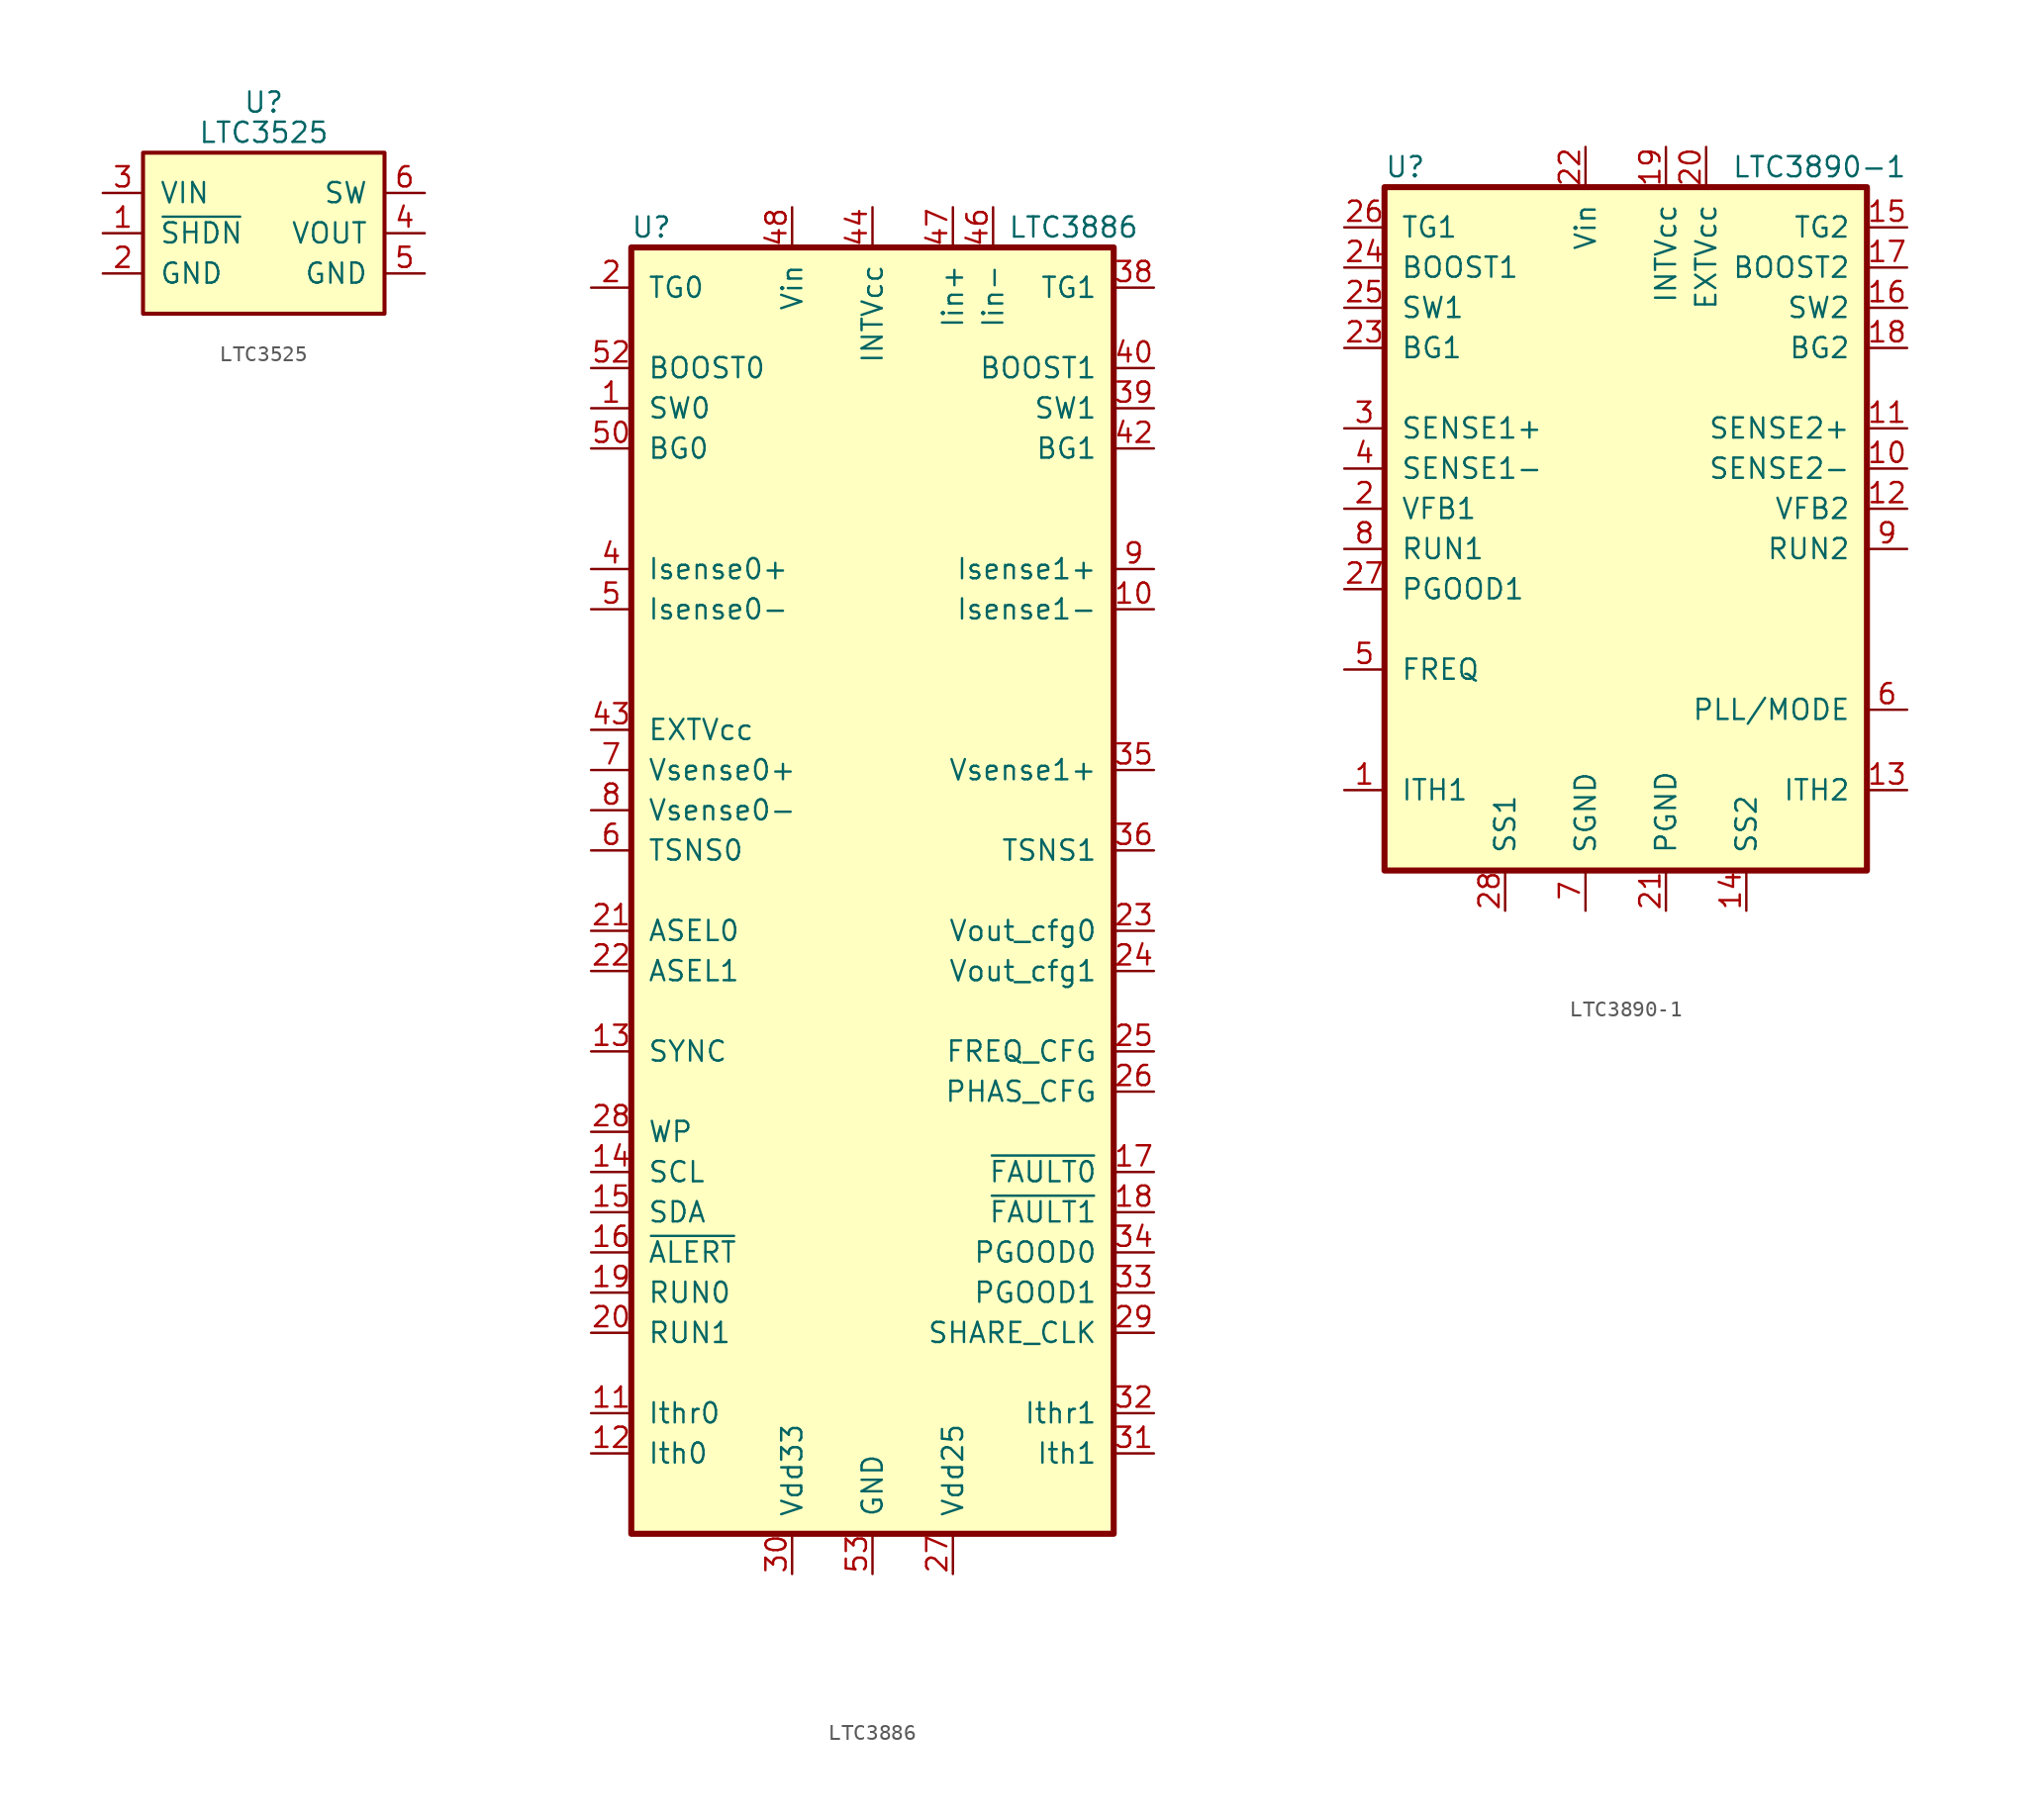
<source format=kicad_sym>
(kicad_symbol_lib
  (version 20211014)
  (generator kicad_symbol_editor)
  (symbol "LTC3525"
    (pin_names
      (offset 1.016))
    (property "Reference" "U"
      (at 0 8.255 0)
      (effects (font (size 1.27 1.27))))
    (property "Value" "LTC3525"
      (at 0 6.35 0)
      (effects (font (size 1.27 1.27))))
    (symbol "LTC3525_0_1"
      (rectangle (start -7.62 5.08) (end 7.62 -5.08) (stroke (width 0.254) (type default) (color 0 0 0 0)) (fill (type background))))
    (symbol "LTC3525_1_1"
      (pin input line (at -10.16 0 0) (length 2.54) (name "~{SHDN}" (effects (font (size 1.27 1.27)))) (number "1" (effects (font (size 1.27 1.27)))))
      (pin power_in line (at -10.16 -2.54 0) (length 2.54) (name "GND" (effects (font (size 1.27 1.27)))) (number "2" (effects (font (size 1.27 1.27)))))
      (pin power_in line (at -10.16 2.54 0) (length 2.54) (name "VIN" (effects (font (size 1.27 1.27)))) (number "3" (effects (font (size 1.27 1.27)))))
      (pin power_out line (at 10.16 0 180) (length 2.54) (name "VOUT" (effects (font (size 1.27 1.27)))) (number "4" (effects (font (size 1.27 1.27)))))
      (pin power_in line (at 10.16 -2.54 180) (length 2.54) (name "GND" (effects (font (size 1.27 1.27)))) (number "5" (effects (font (size 1.27 1.27)))))
      (pin input line (at 10.16 2.54 180) (length 2.54) (name "SW" (effects (font (size 1.27 1.27)))) (number "6" (effects (font (size 1.27 1.27)))))))
  (symbol "LTC3886"
    (pin_names
      (offset 1.016))
    (property "Reference" "U"
      (at -13.97 3.81 0)
      (effects (font (size 1.27 1.27))))
    (property "Value" "LTC3886"
      (at 12.7 3.81 0)
      (effects (font (size 1.27 1.27))))
    (symbol "LTC3886_0_1"
      (rectangle (start -15.24 2.54) (end 15.24 -78.74) (stroke (width 0.381) (type default) (color 0 0 0 0)) (fill (type background))))
    (symbol "LTC3886_1_1"
      (pin output line (at -17.78 -7.62 0) (length 2.54) (name "SW0" (effects (font (size 1.27 1.27)))) (number "1" (effects (font (size 1.27 1.27)))))
      (pin input line (at 17.78 -20.32 180) (length 2.54) (name "Isense1-" (effects (font (size 1.27 1.27)))) (number "10" (effects (font (size 1.27 1.27)))))
      (pin input line (at -17.78 -71.12 0) (length 2.54) (name "Ithr0" (effects (font (size 1.27 1.27)))) (number "11" (effects (font (size 1.27 1.27)))))
      (pin input line (at -17.78 -73.66 0) (length 2.54) (name "Ith0" (effects (font (size 1.27 1.27)))) (number "12" (effects (font (size 1.27 1.27)))))
      (pin input line (at -17.78 -48.26 0) (length 2.54) (name "SYNC" (effects (font (size 1.27 1.27)))) (number "13" (effects (font (size 1.27 1.27)))))
      (pin input line (at -17.78 -55.88 0) (length 2.54) (name "SCL" (effects (font (size 1.27 1.27)))) (number "14" (effects (font (size 1.27 1.27)))))
      (pin bidirectional line (at -17.78 -58.42 0) (length 2.54) (name "SDA" (effects (font (size 1.27 1.27)))) (number "15" (effects (font (size 1.27 1.27)))))
      (pin output line (at -17.78 -60.96 0) (length 2.54) (name "~{ALERT}" (effects (font (size 1.27 1.27)))) (number "16" (effects (font (size 1.27 1.27)))))
      (pin output line (at 17.78 -55.88 180) (length 2.54) (name "~{FAULT0}" (effects (font (size 1.27 1.27)))) (number "17" (effects (font (size 1.27 1.27)))))
      (pin output line (at 17.78 -58.42 180) (length 2.54) (name "~{FAULT1}" (effects (font (size 1.27 1.27)))) (number "18" (effects (font (size 1.27 1.27)))))
      (pin input line (at -17.78 -63.5 0) (length 2.54) (name "RUN0" (effects (font (size 1.27 1.27)))) (number "19" (effects (font (size 1.27 1.27)))))
      (pin output line (at -17.78 0 0) (length 2.54) (name "TG0" (effects (font (size 1.27 1.27)))) (number "2" (effects (font (size 1.27 1.27)))))
      (pin input line (at -17.78 -66.04 0) (length 2.54) (name "RUN1" (effects (font (size 1.27 1.27)))) (number "20" (effects (font (size 1.27 1.27)))))
      (pin input line (at -17.78 -40.64 0) (length 2.54) (name "ASEL0" (effects (font (size 1.27 1.27)))) (number "21" (effects (font (size 1.27 1.27)))))
      (pin input line (at -17.78 -43.18 0) (length 2.54) (name "ASEL1" (effects (font (size 1.27 1.27)))) (number "22" (effects (font (size 1.27 1.27)))))
      (pin input line (at 17.78 -40.64 180) (length 2.54) (name "Vout_cfg0" (effects (font (size 1.27 1.27)))) (number "23" (effects (font (size 1.27 1.27)))))
      (pin input line (at 17.78 -43.18 180) (length 2.54) (name "Vout_cfg1" (effects (font (size 1.27 1.27)))) (number "24" (effects (font (size 1.27 1.27)))))
      (pin input line (at 17.78 -48.26 180) (length 2.54) (name "FREQ_CFG" (effects (font (size 1.27 1.27)))) (number "25" (effects (font (size 1.27 1.27)))))
      (pin input line (at 17.78 -50.8 180) (length 2.54) (name "PHAS_CFG" (effects (font (size 1.27 1.27)))) (number "26" (effects (font (size 1.27 1.27)))))
      (pin power_out line (at 5.08 -81.28 90) (length 2.54) (name "Vdd25" (effects (font (size 1.27 1.27)))) (number "27" (effects (font (size 1.27 1.27)))))
      (pin input line (at -17.78 -53.34 0) (length 2.54) (name "WP" (effects (font (size 1.27 1.27)))) (number "28" (effects (font (size 1.27 1.27)))))
      (pin input line (at 17.78 -66.04 180) (length 2.54) (name "SHARE_CLK" (effects (font (size 1.27 1.27)))) (number "29" (effects (font (size 1.27 1.27)))))
      (pin power_out line (at -5.08 -81.28 90) (length 2.54) (name "Vdd33" (effects (font (size 1.27 1.27)))) (number "30" (effects (font (size 1.27 1.27)))))
      (pin input line (at 17.78 -73.66 180) (length 2.54) (name "Ith1" (effects (font (size 1.27 1.27)))) (number "31" (effects (font (size 1.27 1.27)))))
      (pin input line (at 17.78 -71.12 180) (length 2.54) (name "Ithr1" (effects (font (size 1.27 1.27)))) (number "32" (effects (font (size 1.27 1.27)))))
      (pin output line (at 17.78 -63.5 180) (length 2.54) (name "PGOOD1" (effects (font (size 1.27 1.27)))) (number "33" (effects (font (size 1.27 1.27)))))
      (pin output line (at 17.78 -60.96 180) (length 2.54) (name "PGOOD0" (effects (font (size 1.27 1.27)))) (number "34" (effects (font (size 1.27 1.27)))))
      (pin input line (at 17.78 -30.48 180) (length 2.54) (name "Vsense1+" (effects (font (size 1.27 1.27)))) (number "35" (effects (font (size 1.27 1.27)))))
      (pin input line (at 17.78 -35.56 180) (length 2.54) (name "TSNS1" (effects (font (size 1.27 1.27)))) (number "36" (effects (font (size 1.27 1.27)))))
      (pin output line (at 17.78 0 180) (length 2.54) (name "TG1" (effects (font (size 1.27 1.27)))) (number "38" (effects (font (size 1.27 1.27)))))
      (pin output line (at 17.78 -7.62 180) (length 2.54) (name "SW1" (effects (font (size 1.27 1.27)))) (number "39" (effects (font (size 1.27 1.27)))))
      (pin input line (at -17.78 -17.78 0) (length 2.54) (name "Isense0+" (effects (font (size 1.27 1.27)))) (number "4" (effects (font (size 1.27 1.27)))))
      (pin output line (at 17.78 -5.08 180) (length 2.54) (name "BOOST1" (effects (font (size 1.27 1.27)))) (number "40" (effects (font (size 1.27 1.27)))))
      (pin output line (at 17.78 -10.16 180) (length 2.54) (name "BG1" (effects (font (size 1.27 1.27)))) (number "42" (effects (font (size 1.27 1.27)))))
      (pin power_in line (at -17.78 -27.94 0) (length 2.54) (name "EXTVcc" (effects (font (size 1.27 1.27)))) (number "43" (effects (font (size 1.27 1.27)))))
      (pin power_out line (at 0 5.08 270) (length 2.54) (name "INTVcc" (effects (font (size 1.27 1.27)))) (number "44" (effects (font (size 1.27 1.27)))))
      (pin input line (at 7.62 5.08 270) (length 2.54) (name "Iin-" (effects (font (size 1.27 1.27)))) (number "46" (effects (font (size 1.27 1.27)))))
      (pin input line (at 5.08 5.08 270) (length 2.54) (name "Iin+" (effects (font (size 1.27 1.27)))) (number "47" (effects (font (size 1.27 1.27)))))
      (pin power_in line (at -5.08 5.08 270) (length 2.54) (name "Vin" (effects (font (size 1.27 1.27)))) (number "48" (effects (font (size 1.27 1.27)))))
      (pin input line (at -17.78 -20.32 0) (length 2.54) (name "Isense0-" (effects (font (size 1.27 1.27)))) (number "5" (effects (font (size 1.27 1.27)))))
      (pin output line (at -17.78 -10.16 0) (length 2.54) (name "BG0" (effects (font (size 1.27 1.27)))) (number "50" (effects (font (size 1.27 1.27)))))
      (pin output line (at -17.78 -5.08 0) (length 2.54) (name "BOOST0" (effects (font (size 1.27 1.27)))) (number "52" (effects (font (size 1.27 1.27)))))
      (pin power_in line (at 0 -81.28 90) (length 2.54) (name "GND" (effects (font (size 1.27 1.27)))) (number "53" (effects (font (size 1.27 1.27)))))
      (pin input line (at -17.78 -35.56 0) (length 2.54) (name "TSNS0" (effects (font (size 1.27 1.27)))) (number "6" (effects (font (size 1.27 1.27)))))
      (pin input line (at -17.78 -30.48 0) (length 2.54) (name "Vsense0+" (effects (font (size 1.27 1.27)))) (number "7" (effects (font (size 1.27 1.27)))))
      (pin input line (at -17.78 -33.02 0) (length 2.54) (name "Vsense0-" (effects (font (size 1.27 1.27)))) (number "8" (effects (font (size 1.27 1.27)))))
      (pin input line (at 17.78 -17.78 180) (length 2.54) (name "Isense1+" (effects (font (size 1.27 1.27)))) (number "9" (effects (font (size 1.27 1.27)))))))
  (symbol "LTC3890-1"
    (pin_names
      (offset 1.016))
    (property "Reference" "U"
      (at -15.24 6.35 0)
      (effects (font (size 1.27 1.27)) (justify left)))
    (property "Value" "LTC3890-1"
      (at 17.78 6.35 0)
      (effects (font (size 1.27 1.27)) (justify right)))
    (symbol "LTC3890-1_0_1"
      (rectangle (start -15.24 5.08) (end 15.24 -38.1) (stroke (width 0.381) (type default) (color 0 0 0 0)) (fill (type background))))
    (symbol "LTC3890-1_1_1"
      (pin output line (at -17.78 -33.02 0) (length 2.54) (name "ITH1" (effects (font (size 1.27 1.27)))) (number "1" (effects (font (size 1.27 1.27)))))
      (pin input line (at 17.78 -12.7 180) (length 2.54) (name "SENSE2-" (effects (font (size 1.27 1.27)))) (number "10" (effects (font (size 1.27 1.27)))))
      (pin input line (at 17.78 -10.16 180) (length 2.54) (name "SENSE2+" (effects (font (size 1.27 1.27)))) (number "11" (effects (font (size 1.27 1.27)))))
      (pin input line (at 17.78 -15.24 180) (length 2.54) (name "VFB2" (effects (font (size 1.27 1.27)))) (number "12" (effects (font (size 1.27 1.27)))))
      (pin output line (at 17.78 -33.02 180) (length 2.54) (name "ITH2" (effects (font (size 1.27 1.27)))) (number "13" (effects (font (size 1.27 1.27)))))
      (pin input line (at 7.62 -40.64 90) (length 2.54) (name "SS2" (effects (font (size 1.27 1.27)))) (number "14" (effects (font (size 1.27 1.27)))))
      (pin output line (at 17.78 2.54 180) (length 2.54) (name "TG2" (effects (font (size 1.27 1.27)))) (number "15" (effects (font (size 1.27 1.27)))))
      (pin output line (at 17.78 -2.54 180) (length 2.54) (name "SW2" (effects (font (size 1.27 1.27)))) (number "16" (effects (font (size 1.27 1.27)))))
      (pin output line (at 17.78 0 180) (length 2.54) (name "BOOST2" (effects (font (size 1.27 1.27)))) (number "17" (effects (font (size 1.27 1.27)))))
      (pin output line (at 17.78 -5.08 180) (length 2.54) (name "BG2" (effects (font (size 1.27 1.27)))) (number "18" (effects (font (size 1.27 1.27)))))
      (pin power_out line (at 2.54 7.62 270) (length 2.54) (name "INTVcc" (effects (font (size 1.27 1.27)))) (number "19" (effects (font (size 1.27 1.27)))))
      (pin input line (at -17.78 -15.24 0) (length 2.54) (name "VFB1" (effects (font (size 1.27 1.27)))) (number "2" (effects (font (size 1.27 1.27)))))
      (pin power_in line (at 5.08 7.62 270) (length 2.54) (name "EXTVcc" (effects (font (size 1.27 1.27)))) (number "20" (effects (font (size 1.27 1.27)))))
      (pin power_in line (at 2.54 -40.64 90) (length 2.54) (name "PGND" (effects (font (size 1.27 1.27)))) (number "21" (effects (font (size 1.27 1.27)))))
      (pin power_in line (at -2.54 7.62 270) (length 2.54) (name "Vin" (effects (font (size 1.27 1.27)))) (number "22" (effects (font (size 1.27 1.27)))))
      (pin output line (at -17.78 -5.08 0) (length 2.54) (name "BG1" (effects (font (size 1.27 1.27)))) (number "23" (effects (font (size 1.27 1.27)))))
      (pin output line (at -17.78 0 0) (length 2.54) (name "BOOST1" (effects (font (size 1.27 1.27)))) (number "24" (effects (font (size 1.27 1.27)))))
      (pin output line (at -17.78 -2.54 0) (length 2.54) (name "SW1" (effects (font (size 1.27 1.27)))) (number "25" (effects (font (size 1.27 1.27)))))
      (pin output line (at -17.78 2.54 0) (length 2.54) (name "TG1" (effects (font (size 1.27 1.27)))) (number "26" (effects (font (size 1.27 1.27)))))
      (pin output line (at -17.78 -20.32 0) (length 2.54) (name "PGOOD1" (effects (font (size 1.27 1.27)))) (number "27" (effects (font (size 1.27 1.27)))))
      (pin input line (at -7.62 -40.64 90) (length 2.54) (name "SS1" (effects (font (size 1.27 1.27)))) (number "28" (effects (font (size 1.27 1.27)))))
      (pin input line (at -17.78 -10.16 0) (length 2.54) (name "SENSE1+" (effects (font (size 1.27 1.27)))) (number "3" (effects (font (size 1.27 1.27)))))
      (pin input line (at -17.78 -12.7 0) (length 2.54) (name "SENSE1-" (effects (font (size 1.27 1.27)))) (number "4" (effects (font (size 1.27 1.27)))))
      (pin input line (at -17.78 -25.4 0) (length 2.54) (name "FREQ" (effects (font (size 1.27 1.27)))) (number "5" (effects (font (size 1.27 1.27)))))
      (pin input line (at 17.78 -27.94 180) (length 2.54) (name "PLL/MODE" (effects (font (size 1.27 1.27)))) (number "6" (effects (font (size 1.27 1.27)))))
      (pin power_in line (at -2.54 -40.64 90) (length 2.54) (name "SGND" (effects (font (size 1.27 1.27)))) (number "7" (effects (font (size 1.27 1.27)))))
      (pin input line (at -17.78 -17.78 0) (length 2.54) (name "RUN1" (effects (font (size 1.27 1.27)))) (number "8" (effects (font (size 1.27 1.27)))))
      (pin input line (at 17.78 -17.78 180) (length 2.54) (name "RUN2" (effects (font (size 1.27 1.27)))) (number "9" (effects (font (size 1.27 1.27))))))))
</source>
